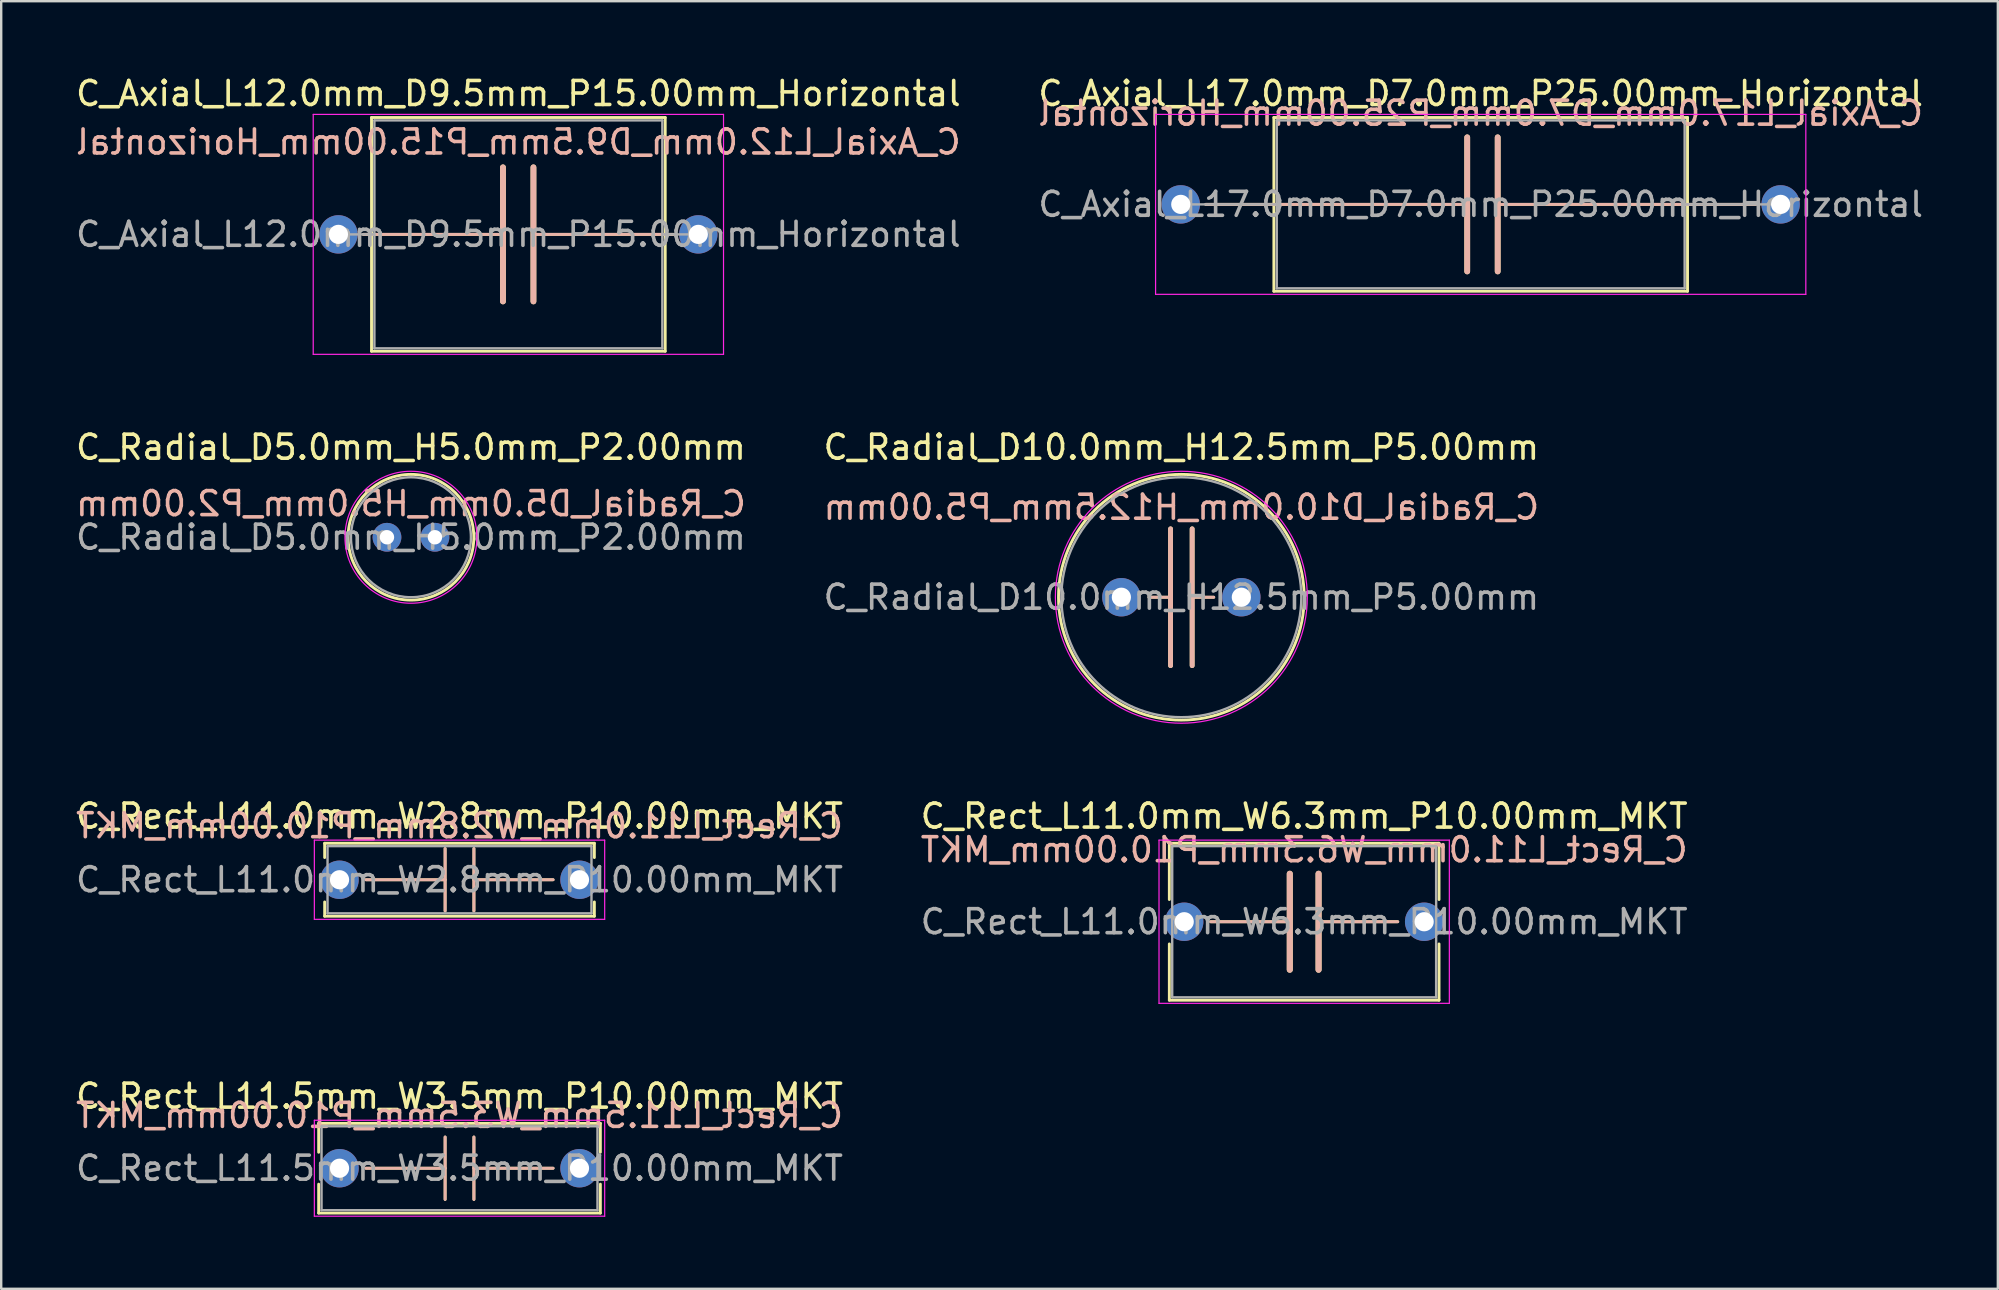
<source format=kicad_pcb>
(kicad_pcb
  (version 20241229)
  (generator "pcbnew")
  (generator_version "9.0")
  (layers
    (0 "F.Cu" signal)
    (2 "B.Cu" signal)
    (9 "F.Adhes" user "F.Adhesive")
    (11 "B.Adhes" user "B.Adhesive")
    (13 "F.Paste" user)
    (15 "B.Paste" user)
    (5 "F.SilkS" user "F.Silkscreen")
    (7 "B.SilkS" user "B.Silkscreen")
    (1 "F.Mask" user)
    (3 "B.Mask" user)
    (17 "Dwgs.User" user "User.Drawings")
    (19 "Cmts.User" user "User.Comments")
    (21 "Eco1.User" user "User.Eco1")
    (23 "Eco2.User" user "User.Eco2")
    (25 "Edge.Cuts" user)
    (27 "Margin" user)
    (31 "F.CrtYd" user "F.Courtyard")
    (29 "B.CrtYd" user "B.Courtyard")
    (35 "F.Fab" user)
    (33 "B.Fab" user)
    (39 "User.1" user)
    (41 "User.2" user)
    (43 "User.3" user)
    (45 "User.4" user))
  (footprint "C_Rect_L11.0mm_W2.8mm_P10.00mm_MKT"
    (layer "F.Cu")
    (at 11.101 33.615)
    (property "Reference" "C_Rect_L11.0mm_W2.8mm_P10.00mm_MKT" (at 5 -2.65 0) (layer "F.SilkS") (effects (font (size 1 1) (thickness 0.15))))
    (fp_line (start -0.62 -1.52) (end -0.62 -0.925) (stroke (width 0.12) (type solid)) (layer "F.SilkS"))
    (fp_line (start -0.62 -1.52) (end 10.62 -1.52) (stroke (width 0.12) (type solid)) (layer "F.SilkS"))
    (fp_line (start -0.62 0.925) (end -0.62 1.52) (stroke (width 0.12) (type solid)) (layer "F.SilkS"))
    (fp_line (start -0.62 1.52) (end 10.62 1.52) (stroke (width 0.12) (type solid)) (layer "F.SilkS"))
    (fp_line (start 1.1 0) (end 4.4 0) (stroke (width 0.12) (type solid)) (layer "F.SilkS"))
    (fp_line (start 4.4 1.3) (end 4.4 -1.3) (stroke (width 0.12) (type solid)) (layer "F.SilkS"))
    (fp_line (start 5.6 1.3) (end 5.6 -1.3) (stroke (width 0.12) (type solid)) (layer "F.SilkS"))
    (fp_line (start 8.9 0) (end 5.6 0) (stroke (width 0.12) (type solid)) (layer "F.SilkS"))
    (fp_line (start 10.62 -1.52) (end 10.62 -0.925) (stroke (width 0.12) (type solid)) (layer "F.SilkS"))
    (fp_line (start 10.62 0.925) (end 10.62 1.52) (stroke (width 0.12) (type solid)) (layer "F.SilkS"))
    (fp_line (start 1.1 0) (end 4.4 0) (stroke (width 0.12) (type solid)) (layer "B.SilkS"))
    (fp_line (start 4.4 -1.3) (end 4.4 1.3) (stroke (width 0.12) (type solid)) (layer "B.SilkS"))
    (fp_line (start 5.6 -1.3) (end 5.6 1.3) (stroke (width 0.12) (type solid)) (layer "B.SilkS"))
    (fp_line (start 8.9 0) (end 5.6 0) (stroke (width 0.12) (type solid)) (layer "B.SilkS"))
    (fp_line (start -1.05 -1.65) (end -1.05 1.65) (stroke (width 0.05) (type solid)) (layer "F.CrtYd"))
    (fp_line (start -1.05 1.65) (end 11.05 1.65) (stroke (width 0.05) (type solid)) (layer "F.CrtYd"))
    (fp_line (start 11.05 -1.65) (end -1.05 -1.65) (stroke (width 0.05) (type solid)) (layer "F.CrtYd"))
    (fp_line (start 11.05 1.65) (end 11.05 -1.65) (stroke (width 0.05) (type solid)) (layer "F.CrtYd"))
    (fp_line (start -0.5 -1.4) (end -0.5 1.4) (stroke (width 0.1) (type solid)) (layer "F.Fab"))
    (fp_line (start -0.5 1.4) (end 10.5 1.4) (stroke (width 0.1) (type solid)) (layer "F.Fab"))
    (fp_line (start 10.5 -1.4) (end -0.5 -1.4) (stroke (width 0.1) (type solid)) (layer "F.Fab"))
    (fp_line (start 10.5 1.4) (end 10.5 -1.4) (stroke (width 0.1) (type solid)) (layer "F.Fab"))
    (fp_text user "${REFERENCE}" (at 5 -2.25 0) (layer "B.SilkS") (effects (font (size 1 1) (thickness 0.15)) (justify mirror)))
    (fp_text user "${REFERENCE}" (at 5 0 0) (layer "F.Fab") (effects (font (size 1 1) (thickness 0.15))))
    (pad "1" thru_hole circle (at 0 0) (size 1.6 1.6) (drill 0.8) (layers "*.Cu" "*.Mask"))
    (pad "2" thru_hole circle (at 10 0) (size 1.6 1.6) (drill 0.8) (layers "*.Cu" "*.Mask")))
  (footprint "C_Radial_D5.0mm_H5.0mm_P2.00mm"
    (layer "F.Cu")
    (at 13.077 19.341)
    (property "Reference" "C_Radial_D5.0mm_H5.0mm_P2.00mm" (at 1 -3.75 0) (layer "F.SilkS") (effects (font (size 1 1) (thickness 0.15))))
    (fp_circle (center 1 0) (end 3.62 0) (stroke (width 0.12) (type solid)) (fill no) (layer "F.SilkS"))
    (fp_circle (center 1 0) (end 3.75 0) (stroke (width 0.05) (type solid)) (fill no) (layer "F.CrtYd"))
    (fp_circle (center 1 0) (end 3.5 0) (stroke (width 0.1) (type solid)) (fill no) (layer "F.Fab"))
    (fp_text user "${REFERENCE}" (at 1 -1.4 0) (layer "B.SilkS") (effects (font (size 1 1) (thickness 0.15)) (justify mirror)))
    (fp_text user "${REFERENCE}" (at 1 0 0) (layer "F.Fab") (effects (font (size 1 1) (thickness 0.15))))
    (pad "1" thru_hole circle (at 0 0) (size 1.2 1.2) (drill 0.6) (layers "*.Cu" "*.Mask"))
    (pad "2" thru_hole circle (at 2 0) (size 1.2 1.2) (drill 0.6) (layers "*.Cu" "*.Mask")))
  (footprint "C_Axial_L17.0mm_D7.0mm_P25.00mm_Horizontal"
    (layer "F.Cu")
    (at 46.161 5.468)
    (property "Reference" "C_Axial_L17.0mm_D7.0mm_P25.00mm_Horizontal" (at 12.5 -4.62 0) (layer "F.SilkS") (effects (font (size 1 1) (thickness 0.15))))
    (fp_line (start 1.04 0) (end 3.88 0) (stroke (width 0.12) (type solid)) (layer "F.SilkS"))
    (fp_line (start 3.88 -3.62) (end 3.88 3.62) (stroke (width 0.12) (type solid)) (layer "F.SilkS"))
    (fp_line (start 3.88 0) (end 11.938 0) (stroke (width 0.12) (type solid)) (layer "F.SilkS"))
    (fp_line (start 3.88 3.62) (end 21.12 3.62) (stroke (width 0.12) (type solid)) (layer "F.SilkS"))
    (fp_line (start 11.938 -2.794) (end 11.938 2.794) (stroke (width 0.24) (type solid)) (layer "F.SilkS"))
    (fp_line (start 13.208 2.794) (end 13.208 -2.794) (stroke (width 0.24) (type solid)) (layer "F.SilkS"))
    (fp_line (start 21.12 -3.62) (end 3.88 -3.62) (stroke (width 0.12) (type solid)) (layer "F.SilkS"))
    (fp_line (start 21.12 0) (end 13.208 0) (stroke (width 0.12) (type solid)) (layer "F.SilkS"))
    (fp_line (start 21.12 3.62) (end 21.12 -3.62) (stroke (width 0.12) (type solid)) (layer "F.SilkS"))
    (fp_line (start 23.96 0) (end 21.12 0) (stroke (width 0.12) (type solid)) (layer "F.SilkS"))
    (fp_line (start 1.04 0) (end 3.88 0) (stroke (width 0.12) (type solid)) (layer "B.SilkS"))
    (fp_line (start 3.88 0) (end 11.938 0) (stroke (width 0.12) (type solid)) (layer "B.SilkS"))
    (fp_line (start 11.938 2.794) (end 11.938 -2.794) (stroke (width 0.24) (type solid)) (layer "B.SilkS"))
    (fp_line (start 13.208 -2.794) (end 13.208 2.794) (stroke (width 0.24) (type solid)) (layer "B.SilkS"))
    (fp_line (start 21.12 0) (end 13.208 0) (stroke (width 0.12) (type solid)) (layer "B.SilkS"))
    (fp_line (start 23.96 0) (end 21.12 0) (stroke (width 0.12) (type solid)) (layer "B.SilkS"))
    (fp_line (start -1.05 -3.75) (end -1.05 3.75) (stroke (width 0.05) (type solid)) (layer "F.CrtYd"))
    (fp_line (start -1.05 3.75) (end 26.05 3.75) (stroke (width 0.05) (type solid)) (layer "F.CrtYd"))
    (fp_line (start 26.05 -3.75) (end -1.05 -3.75) (stroke (width 0.05) (type solid)) (layer "F.CrtYd"))
    (fp_line (start 26.05 3.75) (end 26.05 -3.75) (stroke (width 0.05) (type solid)) (layer "F.CrtYd"))
    (fp_line (start 0 0) (end 4 0) (stroke (width 0.1) (type solid)) (layer "F.Fab"))
    (fp_line (start 4 -3.5) (end 4 3.5) (stroke (width 0.1) (type solid)) (layer "F.Fab"))
    (fp_line (start 4 3.5) (end 21 3.5) (stroke (width 0.1) (type solid)) (layer "F.Fab"))
    (fp_line (start 21 -3.5) (end 4 -3.5) (stroke (width 0.1) (type solid)) (layer "F.Fab"))
    (fp_line (start 21 3.5) (end 21 -3.5) (stroke (width 0.1) (type solid)) (layer "F.Fab"))
    (fp_line (start 25 0) (end 21 0) (stroke (width 0.1) (type solid)) (layer "F.Fab"))
    (fp_text user "${REFERENCE}" (at 12.5 -3.8 0) (layer "B.SilkS") (effects (font (size 1 1) (thickness 0.15)) (justify mirror)))
    (fp_text user "${REFERENCE}" (at 12.5 0 0) (layer "F.Fab") (effects (font (size 1 1) (thickness 0.15))))
    (pad "1" thru_hole circle (at 0 0) (size 1.6 1.6) (drill 0.8) (layers "*.Cu" "*.Mask"))
    (pad "2" thru_hole oval (at 25 0) (size 1.6 1.6) (drill 0.8) (layers "*.Cu" "*.Mask")))
  (footprint "C_Radial_D10.0mm_H12.5mm_P5.00mm"
    (layer "F.Cu")
    (at 43.685 21.841)
    (property "Reference" "C_Radial_D10.0mm_H12.5mm_P5.00mm" (at 2.5 -6.25 0) (layer "F.SilkS") (effects (font (size 1 1) (thickness 0.15))))
    (fp_line (start 1.15 0) (end 2.05 0) (stroke (width 0.12) (type solid)) (layer "F.SilkS"))
    (fp_line (start 2.05 0) (end 2.05 -2.85) (stroke (width 0.2) (type solid)) (layer "F.SilkS"))
    (fp_line (start 2.05 2.85) (end 2.05 0) (stroke (width 0.2) (type solid)) (layer "F.SilkS"))
    (fp_line (start 2.95 0) (end 2.95 -2.85) (stroke (width 0.2) (type solid)) (layer "F.SilkS"))
    (fp_line (start 2.95 0) (end 3.85 0) (stroke (width 0.12) (type solid)) (layer "F.SilkS"))
    (fp_line (start 2.95 2.85) (end 2.95 -0.007) (stroke (width 0.2) (type solid)) (layer "F.SilkS"))
    (fp_circle (center 2.5 0) (end 7.62 0) (stroke (width 0.12) (type solid)) (fill no) (layer "F.SilkS"))
    (fp_line (start 1.15 0) (end 2.05 0) (stroke (width 0.12) (type solid)) (layer "B.SilkS"))
    (fp_line (start 2.05 -2.85) (end 2.05 0) (stroke (width 0.2) (type solid)) (layer "B.SilkS"))
    (fp_line (start 2.05 0) (end 2.05 2.85) (stroke (width 0.2) (type solid)) (layer "B.SilkS"))
    (fp_line (start 2.95 -2.85) (end 2.95 0.007) (stroke (width 0.2) (type solid)) (layer "B.SilkS"))
    (fp_line (start 2.95 0) (end 2.95 2.85) (stroke (width 0.2) (type solid)) (layer "B.SilkS"))
    (fp_line (start 2.95 0) (end 3.85 0) (stroke (width 0.12) (type solid)) (layer "B.SilkS"))
    (fp_circle (center 2.5 0) (end 7.75 0) (stroke (width 0.05) (type solid)) (fill no) (layer "F.CrtYd"))
    (fp_circle (center 2.5 0) (end 7.5 0) (stroke (width 0.1) (type solid)) (fill no) (layer "F.Fab"))
    (fp_text user "${REFERENCE}" (at 2.5 -3.75 0) (layer "B.SilkS") (effects (font (size 1 1) (thickness 0.15)) (justify mirror)))
    (fp_text user "${REFERENCE}" (at 2.5 0 0) (layer "F.Fab") (effects (font (size 1 1) (thickness 0.15))))
    (pad "1" thru_hole circle (at 0 0) (size 1.6 1.6) (drill 0.8) (layers "*.Cu" "*.Mask"))
    (pad "2" thru_hole circle (at 5 0) (size 1.6 1.6) (drill 0.8) (layers "*.Cu" "*.Mask")))
  (footprint "C_Rect_L11.0mm_W6.3mm_P10.00mm_MKT"
    (layer "F.Cu")
    (at 46.304 35.365)
    (property "Reference" "C_Rect_L11.0mm_W6.3mm_P10.00mm_MKT" (at 5 -4.4 0) (layer "F.SilkS") (effects (font (size 1 1) (thickness 0.15))))
    (fp_line (start -0.62 -3.27) (end -0.62 -0.925) (stroke (width 0.12) (type solid)) (layer "F.SilkS"))
    (fp_line (start -0.62 -3.27) (end 10.62 -3.27) (stroke (width 0.12) (type solid)) (layer "F.SilkS"))
    (fp_line (start -0.62 0.925) (end -0.62 3.27) (stroke (width 0.12) (type solid)) (layer "F.SilkS"))
    (fp_line (start -0.62 3.27) (end 10.62 3.27) (stroke (width 0.12) (type solid)) (layer "F.SilkS"))
    (fp_line (start 1.1 0) (end 4.4 0) (stroke (width 0.12) (type solid)) (layer "F.SilkS"))
    (fp_line (start 4.4 2) (end 4.4 -2) (stroke (width 0.25) (type solid)) (layer "F.SilkS"))
    (fp_line (start 5.6 2) (end 5.6 -2) (stroke (width 0.25) (type solid)) (layer "F.SilkS"))
    (fp_line (start 8.9 0) (end 5.6 0) (stroke (width 0.12) (type solid)) (layer "F.SilkS"))
    (fp_line (start 10.62 -3.27) (end 10.62 -0.925) (stroke (width 0.12) (type solid)) (layer "F.SilkS"))
    (fp_line (start 10.62 0.925) (end 10.62 3.27) (stroke (width 0.12) (type solid)) (layer "F.SilkS"))
    (fp_line (start 1.1 0) (end 4.4 0) (stroke (width 0.12) (type solid)) (layer "B.SilkS"))
    (fp_line (start 4.4 -2) (end 4.4 2) (stroke (width 0.25) (type solid)) (layer "B.SilkS"))
    (fp_line (start 5.6 -2) (end 5.6 2) (stroke (width 0.25) (type solid)) (layer "B.SilkS"))
    (fp_line (start 8.9 0) (end 5.6 0) (stroke (width 0.12) (type solid)) (layer "B.SilkS"))
    (fp_line (start -1.05 -3.4) (end -1.05 3.4) (stroke (width 0.05) (type solid)) (layer "F.CrtYd"))
    (fp_line (start -1.05 3.4) (end 11.05 3.4) (stroke (width 0.05) (type solid)) (layer "F.CrtYd"))
    (fp_line (start 11.05 -3.4) (end -1.05 -3.4) (stroke (width 0.05) (type solid)) (layer "F.CrtYd"))
    (fp_line (start 11.05 3.4) (end 11.05 -3.4) (stroke (width 0.05) (type solid)) (layer "F.CrtYd"))
    (fp_line (start -0.5 -3.15) (end -0.5 3.15) (stroke (width 0.1) (type solid)) (layer "F.Fab"))
    (fp_line (start -0.5 3.15) (end 10.5 3.15) (stroke (width 0.1) (type solid)) (layer "F.Fab"))
    (fp_line (start 10.5 -3.15) (end -0.5 -3.15) (stroke (width 0.1) (type solid)) (layer "F.Fab"))
    (fp_line (start 10.5 3.15) (end 10.5 -3.15) (stroke (width 0.1) (type solid)) (layer "F.Fab"))
    (fp_text user "${REFERENCE}" (at 5 -3 0) (layer "B.SilkS") (effects (font (size 1 1) (thickness 0.15)) (justify mirror)))
    (fp_text user "${REFERENCE}" (at 5 0 0) (layer "F.Fab") (effects (font (size 1 1) (thickness 0.15))))
    (pad "1" thru_hole circle (at 0 0) (size 1.6 1.6) (drill 0.8) (layers "*.Cu" "*.Mask"))
    (pad "2" thru_hole circle (at 10 0) (size 1.6 1.6) (drill 0.8) (layers "*.Cu" "*.Mask")))
  (footprint "C_Axial_L12.0mm_D9.5mm_P15.00mm_Horizontal"
    (layer "F.Cu")
    (at 11.054 6.718)
    (property "Reference" "C_Axial_L12.0mm_D9.5mm_P15.00mm_Horizontal" (at 7.5 -5.87 0) (layer "F.SilkS") (effects (font (size 1 1) (thickness 0.15))))
    (fp_line (start 1.04 0) (end 1.38 0) (stroke (width 0.12) (type solid)) (layer "F.SilkS"))
    (fp_line (start 1.38 -4.87) (end 1.38 4.87) (stroke (width 0.12) (type solid)) (layer "F.SilkS"))
    (fp_line (start 1.38 0) (end 6.858 0) (stroke (width 0.12) (type solid)) (layer "F.SilkS"))
    (fp_line (start 1.38 4.87) (end 13.62 4.87) (stroke (width 0.12) (type solid)) (layer "F.SilkS"))
    (fp_line (start 6.858 -2.794) (end 6.858 2.794) (stroke (width 0.24) (type solid)) (layer "F.SilkS"))
    (fp_line (start 8.128 2.794) (end 8.128 -2.794) (stroke (width 0.24) (type solid)) (layer "F.SilkS"))
    (fp_line (start 13.62 -4.87) (end 1.38 -4.87) (stroke (width 0.12) (type solid)) (layer "F.SilkS"))
    (fp_line (start 13.62 0) (end 8.128 0) (stroke (width 0.12) (type solid)) (layer "F.SilkS"))
    (fp_line (start 13.62 4.87) (end 13.62 -4.87) (stroke (width 0.12) (type solid)) (layer "F.SilkS"))
    (fp_line (start 13.96 0) (end 13.62 0) (stroke (width 0.12) (type solid)) (layer "F.SilkS"))
    (fp_line (start 1.04 0) (end 1.38 0) (stroke (width 0.12) (type solid)) (layer "B.SilkS"))
    (fp_line (start 1.38 0) (end 6.858 0) (stroke (width 0.12) (type solid)) (layer "B.SilkS"))
    (fp_line (start 6.858 2.794) (end 6.858 -2.794) (stroke (width 0.24) (type solid)) (layer "B.SilkS"))
    (fp_line (start 8.128 -2.794) (end 8.128 2.794) (stroke (width 0.24) (type solid)) (layer "B.SilkS"))
    (fp_line (start 13.62 0) (end 8.128 0) (stroke (width 0.12) (type solid)) (layer "B.SilkS"))
    (fp_line (start 13.96 0) (end 13.62 0) (stroke (width 0.12) (type solid)) (layer "B.SilkS"))
    (fp_line (start -1.05 -5) (end -1.05 5) (stroke (width 0.05) (type solid)) (layer "F.CrtYd"))
    (fp_line (start -1.05 5) (end 16.05 5) (stroke (width 0.05) (type solid)) (layer "F.CrtYd"))
    (fp_line (start 16.05 -5) (end -1.05 -5) (stroke (width 0.05) (type solid)) (layer "F.CrtYd"))
    (fp_line (start 16.05 5) (end 16.05 -5) (stroke (width 0.05) (type solid)) (layer "F.CrtYd"))
    (fp_line (start 0 0) (end 1.5 0) (stroke (width 0.1) (type solid)) (layer "F.Fab"))
    (fp_line (start 1.5 -4.75) (end 1.5 4.75) (stroke (width 0.1) (type solid)) (layer "F.Fab"))
    (fp_line (start 1.5 4.75) (end 13.5 4.75) (stroke (width 0.1) (type solid)) (layer "F.Fab"))
    (fp_line (start 13.5 -4.75) (end 1.5 -4.75) (stroke (width 0.1) (type solid)) (layer "F.Fab"))
    (fp_line (start 13.5 4.75) (end 13.5 -4.75) (stroke (width 0.1) (type solid)) (layer "F.Fab"))
    (fp_line (start 15 0) (end 13.5 0) (stroke (width 0.1) (type solid)) (layer "F.Fab"))
    (fp_text user "${REFERENCE}" (at 7.5 -3.85 0) (layer "B.SilkS") (effects (font (size 1 1) (thickness 0.15)) (justify mirror)))
    (fp_text user "${REFERENCE}" (at 7.5 0 0) (layer "F.Fab") (effects (font (size 1 1) (thickness 0.15))))
    (pad "1" thru_hole circle (at 0 0) (size 1.6 1.6) (drill 0.8) (layers "*.Cu" "*.Mask"))
    (pad "2" thru_hole oval (at 15 0) (size 1.6 1.6) (drill 0.8) (layers "*.Cu" "*.Mask")))
  (footprint "C_Rect_L11.5mm_W3.5mm_P10.00mm_MKT"
    (layer "F.Cu")
    (at 11.101 45.638)
    (property "Reference" "C_Rect_L11.5mm_W3.5mm_P10.00mm_MKT" (at 5 -3 0) (layer "F.SilkS") (effects (font (size 1 1) (thickness 0.15))))
    (fp_line (start -0.87 -1.87) (end -0.87 -0.665) (stroke (width 0.12) (type solid)) (layer "F.SilkS"))
    (fp_line (start -0.87 -1.87) (end 10.87 -1.87) (stroke (width 0.12) (type solid)) (layer "F.SilkS"))
    (fp_line (start -0.87 0.665) (end -0.87 1.87) (stroke (width 0.12) (type solid)) (layer "F.SilkS"))
    (fp_line (start -0.87 1.87) (end 10.87 1.87) (stroke (width 0.12) (type solid)) (layer "F.SilkS"))
    (fp_line (start 1.1 0) (end 4.4 0) (stroke (width 0.12) (type solid)) (layer "F.SilkS"))
    (fp_line (start 4.4 1.3) (end 4.4 -1.3) (stroke (width 0.12) (type solid)) (layer "F.SilkS"))
    (fp_line (start 5.6 1.3) (end 5.6 -1.3) (stroke (width 0.12) (type solid)) (layer "F.SilkS"))
    (fp_line (start 8.9 0) (end 5.6 0) (stroke (width 0.12) (type solid)) (layer "F.SilkS"))
    (fp_line (start 10.87 -1.87) (end 10.87 -0.665) (stroke (width 0.12) (type solid)) (layer "F.SilkS"))
    (fp_line (start 10.87 0.665) (end 10.87 1.87) (stroke (width 0.12) (type solid)) (layer "F.SilkS"))
    (fp_line (start 1.1 0) (end 4.4 0) (stroke (width 0.12) (type solid)) (layer "B.SilkS"))
    (fp_line (start 4.4 -1.3) (end 4.4 1.3) (stroke (width 0.12) (type solid)) (layer "B.SilkS"))
    (fp_line (start 5.6 -1.3) (end 5.6 1.3) (stroke (width 0.12) (type solid)) (layer "B.SilkS"))
    (fp_line (start 8.9 0) (end 5.6 0) (stroke (width 0.12) (type solid)) (layer "B.SilkS"))
    (fp_line (start -1.05 -2) (end -1.05 2) (stroke (width 0.05) (type solid)) (layer "F.CrtYd"))
    (fp_line (start -1.05 2) (end 11.05 2) (stroke (width 0.05) (type solid)) (layer "F.CrtYd"))
    (fp_line (start 11.05 -2) (end -1.05 -2) (stroke (width 0.05) (type solid)) (layer "F.CrtYd"))
    (fp_line (start 11.05 2) (end 11.05 -2) (stroke (width 0.05) (type solid)) (layer "F.CrtYd"))
    (fp_line (start -0.75 -1.75) (end -0.75 1.75) (stroke (width 0.1) (type solid)) (layer "F.Fab"))
    (fp_line (start -0.75 1.75) (end 10.75 1.75) (stroke (width 0.1) (type solid)) (layer "F.Fab"))
    (fp_line (start 10.75 -1.75) (end -0.75 -1.75) (stroke (width 0.1) (type solid)) (layer "F.Fab"))
    (fp_line (start 10.75 1.75) (end 10.75 -1.75) (stroke (width 0.1) (type solid)) (layer "F.Fab"))
    (fp_text user "${REFERENCE}" (at 5 -2.2 0) (layer "B.SilkS") (effects (font (size 1 1) (thickness 0.15)) (justify mirror)))
    (fp_text user "${REFERENCE}" (at 5 0 0) (layer "F.Fab") (effects (font (size 1 1) (thickness 0.15))))
    (pad "1" thru_hole circle (at 0 0) (size 1.6 1.6) (drill 0.8) (layers "*.Cu" "*.Mask"))
    (pad "2" thru_hole circle (at 10 0) (size 1.6 1.6) (drill 0.8) (layers "*.Cu" "*.Mask")))
  (gr_rect
    (start -3 -3)
    (end 80.214 50.663)
    (stroke (width 0.1) (type default))
    (fill no)
    (layer "Edge.Cuts")))
</source>
